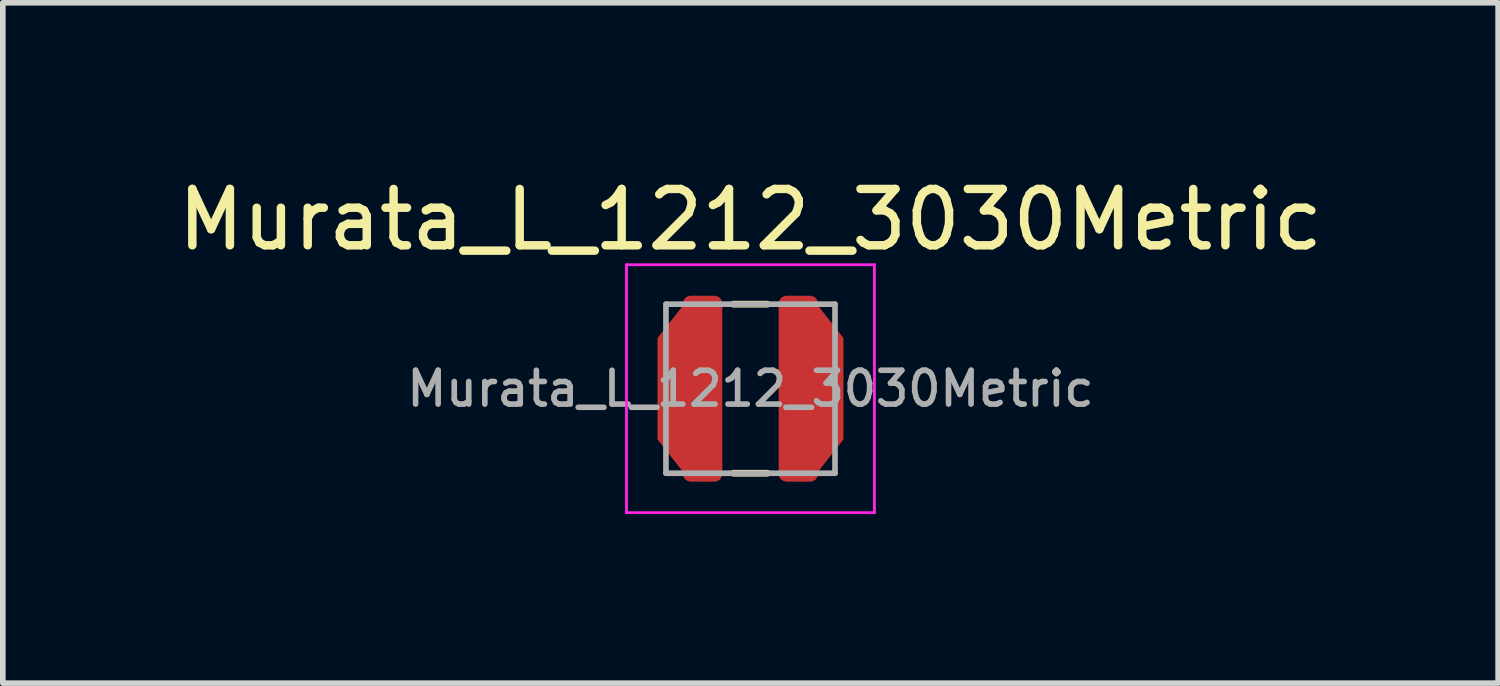
<source format=kicad_pcb>
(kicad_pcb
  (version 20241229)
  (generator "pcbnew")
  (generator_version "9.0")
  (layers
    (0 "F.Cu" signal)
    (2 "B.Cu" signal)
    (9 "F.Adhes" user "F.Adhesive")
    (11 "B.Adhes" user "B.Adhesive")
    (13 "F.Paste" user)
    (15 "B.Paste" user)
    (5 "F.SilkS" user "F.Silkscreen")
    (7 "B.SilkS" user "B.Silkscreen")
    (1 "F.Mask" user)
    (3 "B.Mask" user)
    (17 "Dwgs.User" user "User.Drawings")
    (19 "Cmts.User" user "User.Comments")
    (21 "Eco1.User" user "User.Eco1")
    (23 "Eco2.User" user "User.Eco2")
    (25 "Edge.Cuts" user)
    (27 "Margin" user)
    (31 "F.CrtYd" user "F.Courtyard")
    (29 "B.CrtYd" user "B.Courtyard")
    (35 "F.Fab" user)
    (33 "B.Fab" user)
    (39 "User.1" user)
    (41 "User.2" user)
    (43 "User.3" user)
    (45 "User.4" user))
  (footprint "Murata_L_1212_3030Metric"
    (layer "F.Cu")
    (at 10.268 3.848)
    (property "Reference" "Murata_L_1212_3030Metric" (at 0 -3 0) (layer "F.SilkS") (effects (font (size 1 1) (thickness 0.15))))
    (attr smd)
    (fp_line (start -0.3 -1.5) (end 0.3 -1.5) (stroke (width 0.12) (type solid)) (layer "F.SilkS"))
    (fp_line (start -0.3 1.5) (end 0.3 1.5) (stroke (width 0.12) (type solid)) (layer "F.SilkS"))
    (fp_line (start -2.2 -2.2) (end 2.2 -2.2) (stroke (width 0.05) (type solid)) (layer "F.CrtYd"))
    (fp_line (start -2.2 2.2) (end -2.2 -2.2) (stroke (width 0.05) (type solid)) (layer "F.CrtYd"))
    (fp_line (start 2.2 -2.2) (end 2.2 2.2) (stroke (width 0.05) (type solid)) (layer "F.CrtYd"))
    (fp_line (start 2.2 2.2) (end -2.2 2.2) (stroke (width 0.05) (type solid)) (layer "F.CrtYd"))
    (fp_line (start -1.5 -1.5) (end 1.5 -1.5) (stroke (width 0.1) (type solid)) (layer "F.Fab"))
    (fp_line (start -1.5 1.5) (end -1.5 -1.5) (stroke (width 0.1) (type solid)) (layer "F.Fab"))
    (fp_line (start 1.5 -1.5) (end 1.5 1.5) (stroke (width 0.1) (type solid)) (layer "F.Fab"))
    (fp_line (start 1.5 1.5) (end -1.5 1.5) (stroke (width 0.1) (type solid)) (layer "F.Fab"))
    (fp_text user "${REFERENCE}" (at 0 0 0) (layer "F.Fab") (effects (font (size 0.6 0.6) (thickness 0.1))))
    (pad "1" smd trapezoid (at -1.355 0 180) (size 0.59 2.55) (rect_delta 0.75 0) (layers "F.Cu" "F.Mask" "F.Paste"))
    (pad "1" smd roundrect (at -0.85 0) (size 0.7 3.3) (layers "F.Cu" "F.Mask" "F.Paste") (roundrect_rratio 0.2))
    (pad "2" smd roundrect (at 0.85 0) (size 0.7 3.3) (layers "F.Cu" "F.Mask" "F.Paste") (roundrect_rratio 0.2))
    (pad "2" smd trapezoid (at 1.355 0) (size 0.59 2.55) (rect_delta 0.75 0) (layers "F.Cu" "F.Mask" "F.Paste")))
  (gr_rect
    (start -3 -3)
    (end 23.536 9.073)
    (stroke (width 0.1) (type default))
    (fill no)
    (layer "Edge.Cuts")))
</source>
